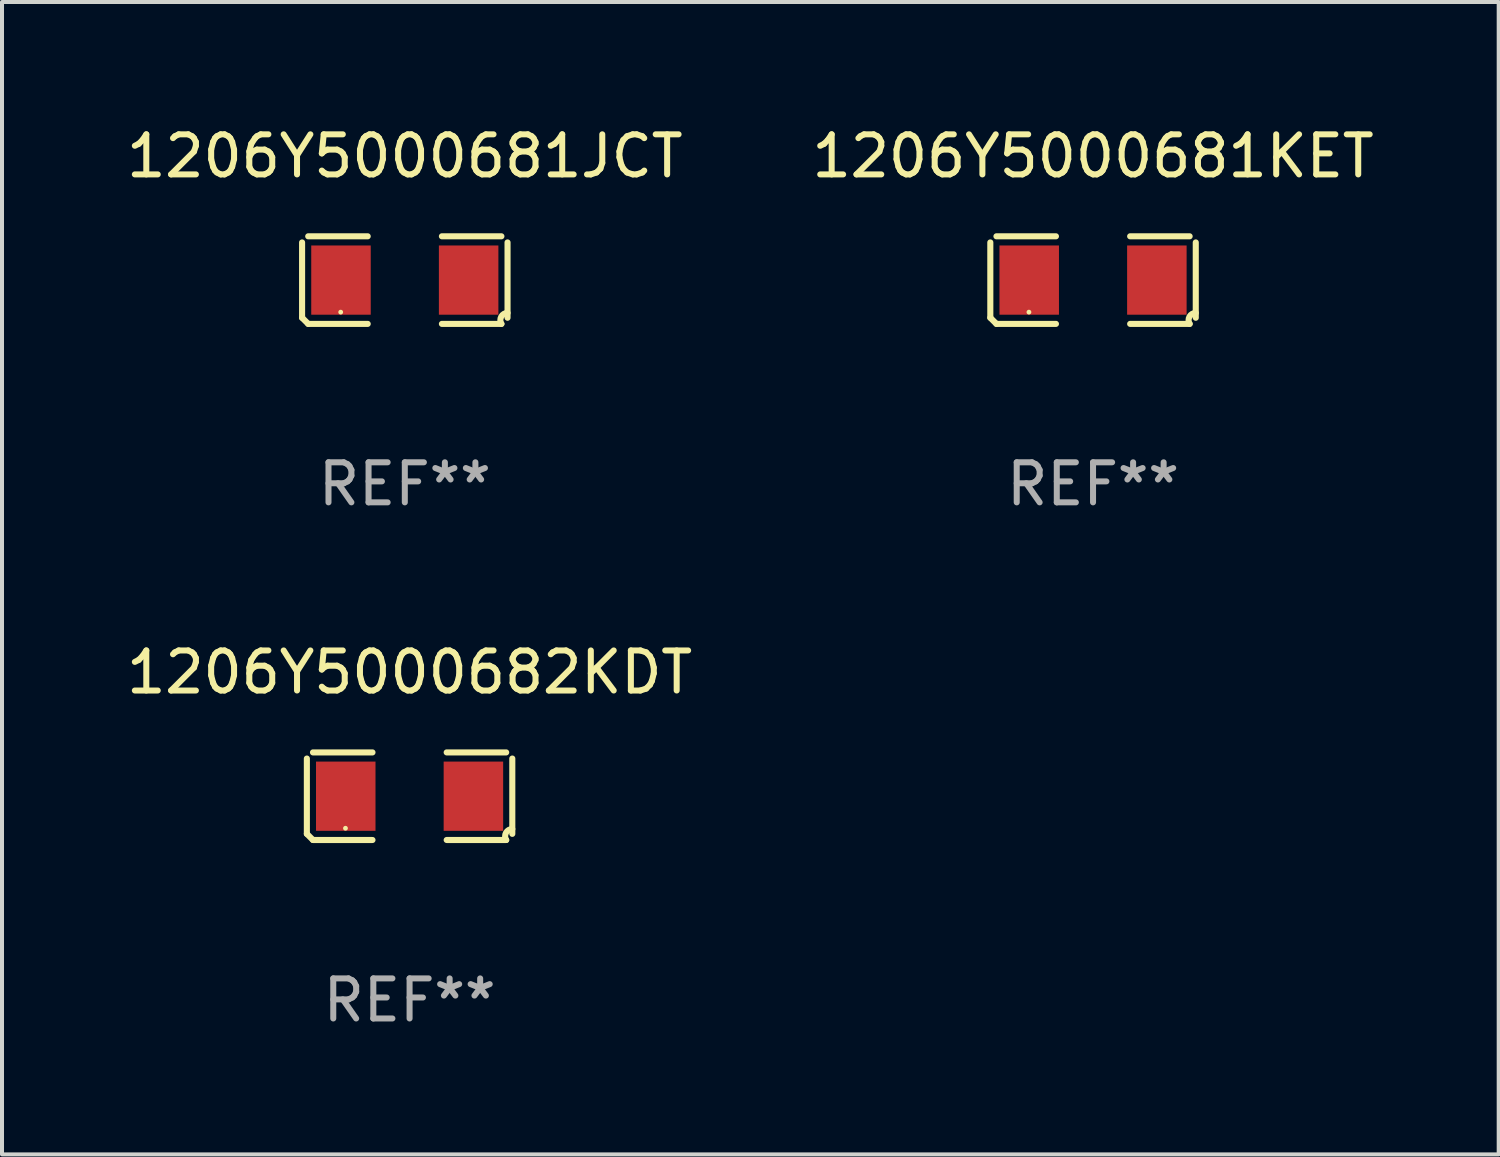
<source format=kicad_pcb>
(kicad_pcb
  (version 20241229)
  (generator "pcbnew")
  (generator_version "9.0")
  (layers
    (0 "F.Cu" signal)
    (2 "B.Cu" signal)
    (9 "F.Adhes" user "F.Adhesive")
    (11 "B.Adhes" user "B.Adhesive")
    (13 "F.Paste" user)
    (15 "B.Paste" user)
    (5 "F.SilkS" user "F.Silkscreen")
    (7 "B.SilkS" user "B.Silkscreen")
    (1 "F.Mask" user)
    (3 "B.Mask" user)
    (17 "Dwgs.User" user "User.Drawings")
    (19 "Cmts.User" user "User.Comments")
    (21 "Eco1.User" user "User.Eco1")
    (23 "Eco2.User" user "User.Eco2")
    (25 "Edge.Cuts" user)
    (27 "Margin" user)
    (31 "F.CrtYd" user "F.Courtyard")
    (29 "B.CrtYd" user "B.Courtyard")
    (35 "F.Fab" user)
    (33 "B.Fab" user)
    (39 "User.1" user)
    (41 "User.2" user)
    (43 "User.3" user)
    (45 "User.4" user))
  (footprint "1206Y5000681KET"
    (layer "F.Cu")
    (at 24.232 3.941)
    (property "Reference" "1206Y5000681KET" (at 0 -3.093 0) (layer "F.SilkS") (effects (font (size 1 1) (thickness 0.15))))
    (attr through_hole)
    (fp_line (start -2.564 0.94) (end -2.564 -0.94) (stroke (width 0.152) (type solid)) (layer "F.SilkS"))
    (fp_line (start -2.411 -1.093) (end -0.926 -1.093) (stroke (width 0.152) (type solid)) (layer "F.SilkS"))
    (fp_line (start -0.926 1.093) (end -2.411 1.093) (stroke (width 0.152) (type solid)) (layer "F.SilkS"))
    (fp_line (start 0.926 1.093) (end 2.411 1.093) (stroke (width 0.152) (type solid)) (layer "F.SilkS"))
    (fp_line (start 2.411 -1.093) (end 0.926 -1.093) (stroke (width 0.152) (type solid)) (layer "F.SilkS"))
    (fp_line (start 2.564 0.94) (end 2.564 -0.94) (stroke (width 0.152) (type solid)) (layer "F.SilkS"))
    (fp_arc (start -2.411201 1.092609) (mid -2.487413 1.01642) (end -2.563602 0.940208) (stroke (width 0.1524) (type solid)) (layer "F.SilkS"))
    (fp_arc (start 2.411201 1.092609) (mid 2.407159 0.911226) (end 2.563602 0.819347) (stroke (width 0.1524) (type solid)) (layer "F.SilkS"))
    (fp_circle (center -1.6 0.8) (end -1.57 0.8) (stroke (width 0.06) (type solid)) (fill no) (layer "F.SilkS"))
    (fp_text user "REF**" (at 0 5.093 0) (layer "F.Fab") (effects (font (size 1 1) (thickness 0.15))))
    (pad "1" smd rect (at -1.593 0) (size 1.485 1.728) (layers "F.Cu" "F.Mask" "F.Paste"))
    (pad "2" smd rect (at 1.593 0) (size 1.485 1.728) (layers "F.Cu" "F.Mask" "F.Paste")))
  (footprint "1206Y5000681JCT"
    (layer "F.Cu")
    (at 7.054 3.941)
    (property "Reference" "1206Y5000681JCT" (at 0 -3.093 0) (layer "F.SilkS") (effects (font (size 1 1) (thickness 0.15))))
    (attr through_hole)
    (fp_line (start -2.564 0.94) (end -2.564 -0.94) (stroke (width 0.152) (type solid)) (layer "F.SilkS"))
    (fp_line (start -2.411 -1.093) (end -0.926 -1.093) (stroke (width 0.152) (type solid)) (layer "F.SilkS"))
    (fp_line (start -0.926 1.093) (end -2.411 1.093) (stroke (width 0.152) (type solid)) (layer "F.SilkS"))
    (fp_line (start 0.926 1.093) (end 2.411 1.093) (stroke (width 0.152) (type solid)) (layer "F.SilkS"))
    (fp_line (start 2.411 -1.093) (end 0.926 -1.093) (stroke (width 0.152) (type solid)) (layer "F.SilkS"))
    (fp_line (start 2.564 0.94) (end 2.564 -0.94) (stroke (width 0.152) (type solid)) (layer "F.SilkS"))
    (fp_arc (start -2.411201 1.092609) (mid -2.487413 1.01642) (end -2.563602 0.940208) (stroke (width 0.1524) (type solid)) (layer "F.SilkS"))
    (fp_arc (start 2.411201 1.092609) (mid 2.407159 0.911226) (end 2.563602 0.819347) (stroke (width 0.1524) (type solid)) (layer "F.SilkS"))
    (fp_circle (center -1.6 0.8) (end -1.57 0.8) (stroke (width 0.06) (type solid)) (fill no) (layer "F.SilkS"))
    (fp_text user "REF**" (at 0 5.093 0) (layer "F.Fab") (effects (font (size 1 1) (thickness 0.15))))
    (pad "1" smd rect (at -1.593 0) (size 1.485 1.728) (layers "F.Cu" "F.Mask" "F.Paste"))
    (pad "2" smd rect (at 1.593 0) (size 1.485 1.728) (layers "F.Cu" "F.Mask" "F.Paste")))
  (footprint "1206Y5000682KDT"
    (layer "F.Cu")
    (at 7.173 16.823)
    (property "Reference" "1206Y5000682KDT" (at 0 -3.093 0) (layer "F.SilkS") (effects (font (size 1 1) (thickness 0.15))))
    (attr through_hole)
    (fp_line (start -2.564 0.94) (end -2.564 -0.94) (stroke (width 0.152) (type solid)) (layer "F.SilkS"))
    (fp_line (start -2.411 -1.093) (end -0.926 -1.093) (stroke (width 0.152) (type solid)) (layer "F.SilkS"))
    (fp_line (start -0.926 1.093) (end -2.411 1.093) (stroke (width 0.152) (type solid)) (layer "F.SilkS"))
    (fp_line (start 0.926 1.093) (end 2.411 1.093) (stroke (width 0.152) (type solid)) (layer "F.SilkS"))
    (fp_line (start 2.411 -1.093) (end 0.926 -1.093) (stroke (width 0.152) (type solid)) (layer "F.SilkS"))
    (fp_line (start 2.564 0.94) (end 2.564 -0.94) (stroke (width 0.152) (type solid)) (layer "F.SilkS"))
    (fp_arc (start -2.411201 1.092609) (mid -2.487413 1.01642) (end -2.563602 0.940208) (stroke (width 0.1524) (type solid)) (layer "F.SilkS"))
    (fp_arc (start 2.411201 1.092609) (mid 2.407159 0.911226) (end 2.563602 0.819347) (stroke (width 0.1524) (type solid)) (layer "F.SilkS"))
    (fp_circle (center -1.6 0.8) (end -1.57 0.8) (stroke (width 0.06) (type solid)) (fill no) (layer "F.SilkS"))
    (fp_text user "REF**" (at 0 5.093 0) (layer "F.Fab") (effects (font (size 1 1) (thickness 0.15))))
    (pad "1" smd rect (at -1.593 0) (size 1.485 1.728) (layers "F.Cu" "F.Mask" "F.Paste"))
    (pad "2" smd rect (at 1.593 0) (size 1.485 1.728) (layers "F.Cu" "F.Mask" "F.Paste")))
  (gr_rect
    (start -3 -3)
    (end 34.357 25.763)
    (stroke (width 0.1) (type default))
    (fill no)
    (layer "Edge.Cuts")))
</source>
